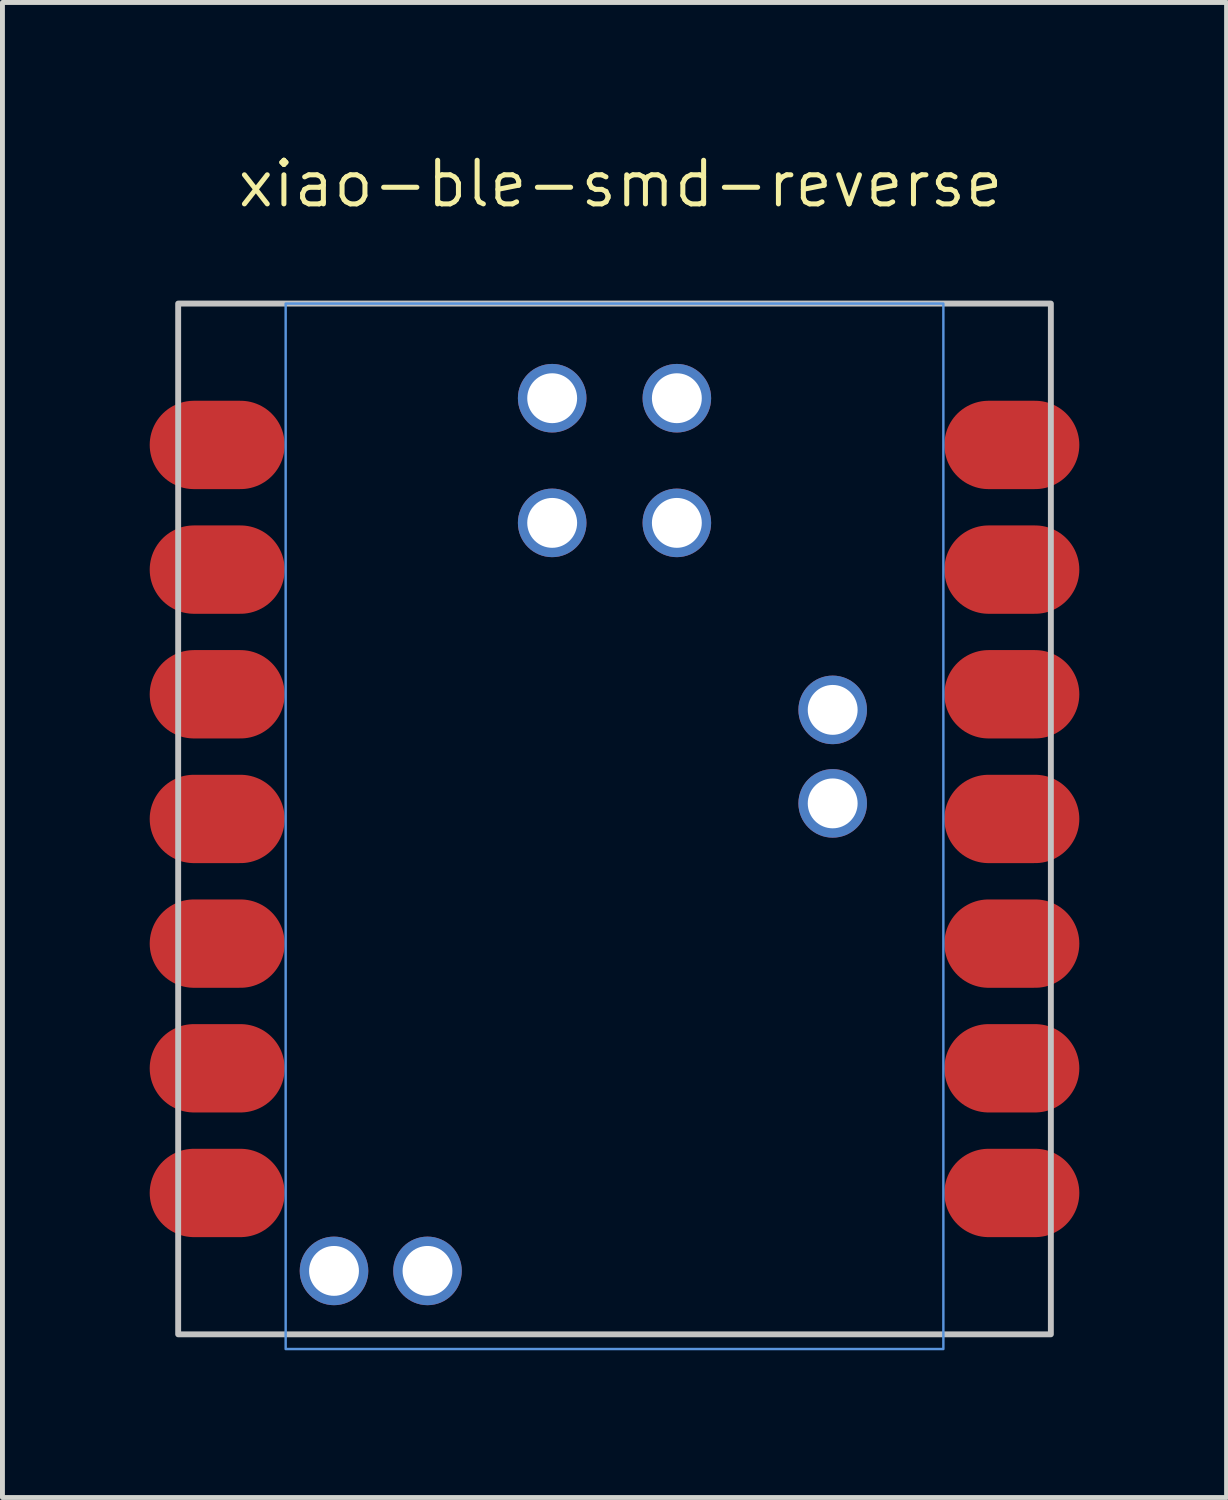
<source format=kicad_pcb>
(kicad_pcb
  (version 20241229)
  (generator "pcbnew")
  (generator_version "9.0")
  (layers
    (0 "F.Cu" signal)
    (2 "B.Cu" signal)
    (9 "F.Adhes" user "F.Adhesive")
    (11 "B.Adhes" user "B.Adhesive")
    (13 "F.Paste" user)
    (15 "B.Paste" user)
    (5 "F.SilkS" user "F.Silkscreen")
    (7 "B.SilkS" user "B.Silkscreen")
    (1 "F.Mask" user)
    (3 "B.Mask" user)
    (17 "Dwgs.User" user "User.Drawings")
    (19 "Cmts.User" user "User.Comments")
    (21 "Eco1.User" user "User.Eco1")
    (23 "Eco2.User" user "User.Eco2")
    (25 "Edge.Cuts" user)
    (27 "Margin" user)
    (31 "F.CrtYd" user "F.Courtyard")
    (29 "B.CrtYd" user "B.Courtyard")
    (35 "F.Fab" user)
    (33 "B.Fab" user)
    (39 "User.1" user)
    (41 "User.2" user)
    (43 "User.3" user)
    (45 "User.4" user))
  (footprint "xiao-ble-smd-reverse"
    (layer "F.Cu")
    (at 9.47 13.635)
    (property "Reference" "xiao-ble-smd-reverse" (at 0.122 -12.937 0) (layer "F.SilkS") (effects (font (size 0.889 0.889) (thickness 0.102))))
    (attr smd exclude_from_pos_files)
    (fp_rect (start -8.89 10.5) (end 8.89 -10.5) (stroke (width 0.12) (type solid)) (fill no) (layer "Dwgs.User"))
    (fp_rect (start -6.7 -10.5) (end 6.7 10.8) (stroke (width 0.05) (type default)) (fill no) (layer "Cmts.User"))
    (pad "1" smd oval (at 8.57 -7.62) (size 2.75 1.8) (drill (offset -0.475 0)) (layers "F.Cu" "F.Mask" "F.Paste"))
    (pad "2" smd oval (at 8.57 -5.08) (size 2.75 1.8) (drill (offset -0.475 0)) (layers "F.Cu" "F.Mask" "F.Paste"))
    (pad "3" smd oval (at 8.57 -2.54) (size 2.75 1.8) (drill (offset -0.475 0)) (layers "F.Cu" "F.Mask" "F.Paste"))
    (pad "4" smd oval (at 8.57 0) (size 2.75 1.8) (drill (offset -0.475 0)) (layers "F.Cu" "F.Mask" "F.Paste"))
    (pad "5" smd oval (at 8.57 2.54) (size 2.75 1.8) (drill (offset -0.475 0)) (layers "F.Cu" "F.Mask" "F.Paste"))
    (pad "6" smd oval (at 8.57 5.08) (size 2.75 1.8) (drill (offset -0.475 0)) (layers "F.Cu" "F.Mask" "F.Paste"))
    (pad "7" smd oval (at 8.57 7.62) (size 2.75 1.8) (drill (offset -0.475 0)) (layers "F.Cu" "F.Mask" "F.Paste"))
    (pad "8" smd oval (at -8.57 7.62 180) (size 2.75 1.8) (drill (offset -0.475 0)) (layers "F.Cu" "F.Mask" "F.Paste"))
    (pad "9" smd oval (at -8.57 5.08 180) (size 2.75 1.8) (drill (offset -0.475 0)) (layers "F.Cu" "F.Mask" "F.Paste"))
    (pad "10" smd oval (at -8.57 2.54 180) (size 2.75 1.8) (drill (offset -0.475 0)) (layers "F.Cu" "F.Mask" "F.Paste"))
    (pad "11" smd oval (at -8.57 0 180) (size 2.75 1.8) (drill (offset -0.475 0)) (layers "F.Cu" "F.Mask" "F.Paste"))
    (pad "12" smd oval (at -8.57 -2.54 180) (size 2.75 1.8) (drill (offset -0.475 0)) (layers "F.Cu" "F.Mask" "F.Paste"))
    (pad "13" smd oval (at -8.57 -5.08 180) (size 2.75 1.8) (drill (offset -0.475 0)) (layers "F.Cu" "F.Mask" "F.Paste"))
    (pad "14" smd oval (at -8.57 -7.62 180) (size 2.75 1.8) (drill (offset -0.475 0)) (layers "F.Cu" "F.Mask" "F.Paste"))
    (pad "15" thru_hole circle (at 1.27 -8.572 90) (size 1.397 1.397) (drill 1.016) (layers "*.Cu" "*.Mask"))
    (pad "16" thru_hole circle (at -1.27 -8.572 90) (size 1.397 1.397) (drill 1.016) (layers "*.Cu" "*.Mask"))
    (pad "17" thru_hole circle (at 1.27 -6.032 90) (size 1.397 1.397) (drill 1.016) (layers "*.Cu" "*.Mask"))
    (pad "18" thru_hole circle (at -1.27 -6.032 90) (size 1.397 1.397) (drill 1.016) (layers "*.Cu" "*.Mask"))
    (pad "19" thru_hole circle (at 4.445 -0.317 180) (size 1.397 1.397) (drill 1.016) (layers "*.Cu" "*.Mask"))
    (pad "20" thru_hole circle (at 4.445 -2.222 180) (size 1.397 1.397) (drill 1.016) (layers "*.Cu" "*.Mask"))
    (pad "21" thru_hole circle (at -3.81 9.208 180) (size 1.397 1.397) (drill 1.016) (layers "*.Cu" "*.Mask"))
    (pad "22" thru_hole circle (at -5.715 9.208 180) (size 1.397 1.397) (drill 1.016) (layers "*.Cu" "*.Mask")))
  (gr_rect
    (start -3 -3)
    (end 21.94 27.46)
    (stroke (width 0.1) (type default))
    (fill no)
    (layer "Edge.Cuts")))
</source>
